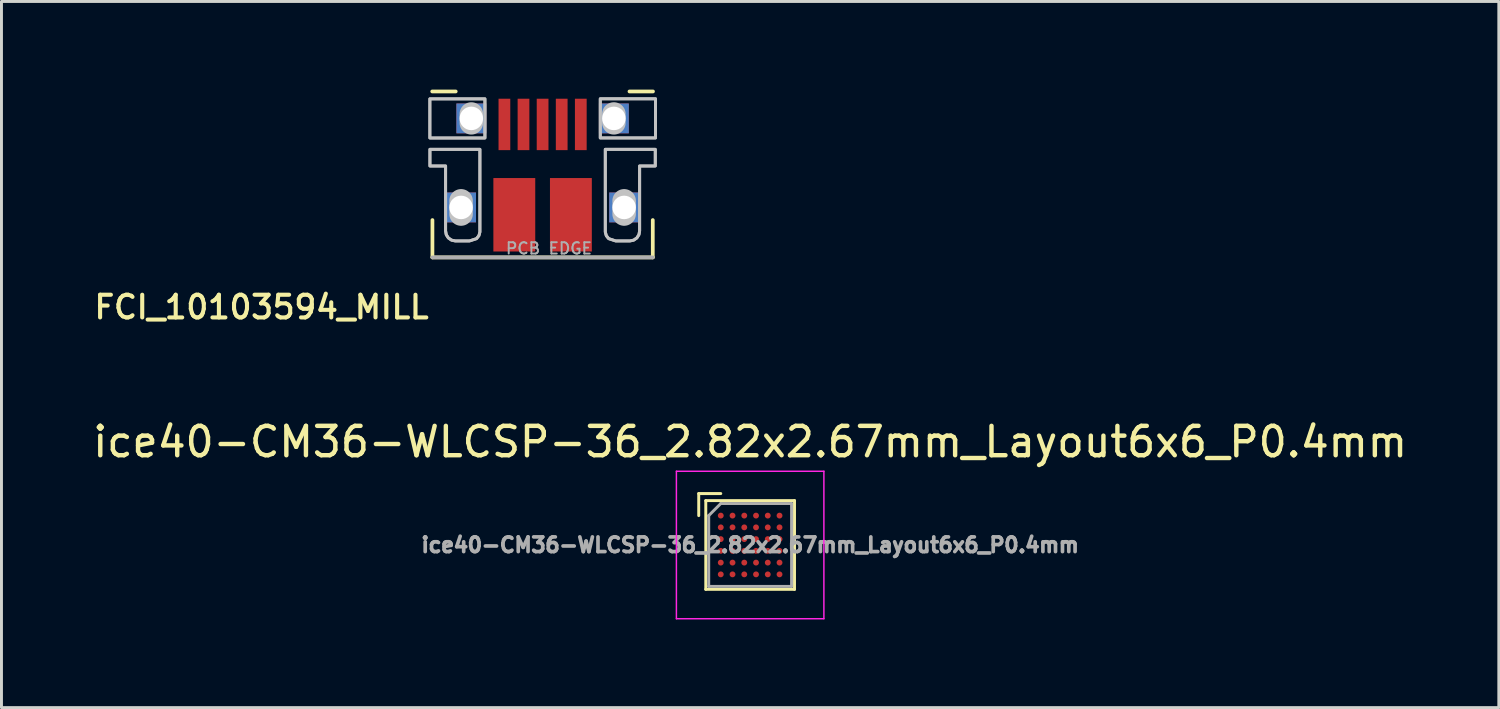
<source format=kicad_pcb>
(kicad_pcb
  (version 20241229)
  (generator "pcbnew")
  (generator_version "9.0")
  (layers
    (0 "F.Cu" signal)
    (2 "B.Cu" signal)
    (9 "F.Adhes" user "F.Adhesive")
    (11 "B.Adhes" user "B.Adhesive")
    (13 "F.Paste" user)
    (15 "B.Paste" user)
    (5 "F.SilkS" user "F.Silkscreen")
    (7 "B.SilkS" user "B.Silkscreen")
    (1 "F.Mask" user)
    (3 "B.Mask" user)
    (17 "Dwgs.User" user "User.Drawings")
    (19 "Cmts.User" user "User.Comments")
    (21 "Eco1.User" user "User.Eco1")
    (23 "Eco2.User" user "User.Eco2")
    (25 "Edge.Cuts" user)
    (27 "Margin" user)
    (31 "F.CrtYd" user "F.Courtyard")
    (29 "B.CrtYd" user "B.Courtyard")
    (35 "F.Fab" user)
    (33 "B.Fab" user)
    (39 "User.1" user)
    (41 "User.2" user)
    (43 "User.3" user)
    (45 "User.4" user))
  (footprint "ice40-CM36-WLCSP-36_2.82x2.67mm_Layout6x6_P0.4mm"
    (layer "F.Cu")
    (at 22.482 15.499)
    (property "Reference" "ice40-CM36-WLCSP-36_2.82x2.67mm_Layout6x6_P0.4mm" (at 0 -3.51 0) (layer "F.SilkS") (effects (font (size 1 1) (thickness 0.15))))
    (attr smd)
    (fp_line (start -1.75 -1) (end -1.75 -1.75) (stroke (width 0.1) (type solid)) (layer "F.SilkS"))
    (fp_line (start -1.51 -1.51) (end 1.51 -1.51) (stroke (width 0.1) (type solid)) (layer "F.SilkS"))
    (fp_line (start -1.51 1.51) (end -1.51 -1.51) (stroke (width 0.1) (type solid)) (layer "F.SilkS"))
    (fp_line (start -1.51 1.51) (end 1.51 1.51) (stroke (width 0.1) (type solid)) (layer "F.SilkS"))
    (fp_line (start -1 -1.75) (end -1.75 -1.75) (stroke (width 0.1) (type solid)) (layer "F.SilkS"))
    (fp_line (start 1.51 1.51) (end 1.51 -1.51) (stroke (width 0.1) (type solid)) (layer "F.SilkS"))
    (fp_line (start -2.51 -2.51) (end 2.51 -2.51) (stroke (width 0.05) (type solid)) (layer "F.CrtYd"))
    (fp_line (start -2.51 2.51) (end -2.51 -2.51) (stroke (width 0.05) (type solid)) (layer "F.CrtYd"))
    (fp_line (start -2.51 2.51) (end 2.51 2.51) (stroke (width 0.05) (type solid)) (layer "F.CrtYd"))
    (fp_line (start 2.51 2.51) (end 2.51 -2.51) (stroke (width 0.05) (type solid)) (layer "F.CrtYd"))
    (fp_line (start -1.41 -1) (end -1 -1.41) (stroke (width 0.1) (type solid)) (layer "F.Fab"))
    (fp_line (start -1.41 1.41) (end -1.41 -1) (stroke (width 0.1) (type solid)) (layer "F.Fab"))
    (fp_line (start -1.41 1.41) (end 1.41 1.41) (stroke (width 0.1) (type solid)) (layer "F.Fab"))
    (fp_line (start -1 -1.41) (end 1.41 -1.41) (stroke (width 0.1) (type solid)) (layer "F.Fab"))
    (fp_line (start 1.41 1.41) (end 1.41 -1.41) (stroke (width 0.1) (type solid)) (layer "F.Fab"))
    (fp_text user "${REFERENCE}" (at 0 0 0) (layer "F.Fab") (effects (font (size 0.5 0.5) (thickness 0.125))))
    (pad "A1" smd circle (at -1 -1) (size 0.2 0.2) (layers "F.Cu" "F.Mask" "F.Paste"))
    (pad "A2" smd circle (at -0.6 -1) (size 0.2 0.2) (layers "F.Cu" "F.Mask" "F.Paste"))
    (pad "A3" smd circle (at -0.2 -1) (size 0.2 0.2) (layers "F.Cu" "F.Mask" "F.Paste"))
    (pad "A4" smd circle (at 0.2 -1) (size 0.2 0.2) (layers "F.Cu" "F.Mask" "F.Paste"))
    (pad "A5" smd circle (at 0.6 -1) (size 0.2 0.2) (layers "F.Cu" "F.Mask" "F.Paste"))
    (pad "A6" smd circle (at 1 -1) (size 0.2 0.2) (layers "F.Cu" "F.Mask" "F.Paste"))
    (pad "B1" smd circle (at -1 -0.6) (size 0.2 0.2) (layers "F.Cu" "F.Mask" "F.Paste"))
    (pad "B2" smd circle (at -0.6 -0.6) (size 0.2 0.2) (layers "F.Cu" "F.Mask" "F.Paste"))
    (pad "B3" smd circle (at -0.2 -0.6) (size 0.2 0.2) (layers "F.Cu" "F.Mask" "F.Paste"))
    (pad "B4" smd circle (at 0.2 -0.6) (size 0.2 0.2) (layers "F.Cu" "F.Mask" "F.Paste"))
    (pad "B5" smd circle (at 0.6 -0.6) (size 0.2 0.2) (layers "F.Cu" "F.Mask" "F.Paste"))
    (pad "B6" smd circle (at 1 -0.6) (size 0.2 0.2) (layers "F.Cu" "F.Mask" "F.Paste"))
    (pad "C1" smd circle (at -1 -0.2) (size 0.2 0.2) (layers "F.Cu" "F.Mask" "F.Paste"))
    (pad "C2" smd circle (at -0.6 -0.2) (size 0.2 0.2) (layers "F.Cu" "F.Mask" "F.Paste"))
    (pad "C3" smd circle (at -0.2 -0.2) (size 0.2 0.2) (layers "F.Cu" "F.Mask" "F.Paste"))
    (pad "C4" smd circle (at 0.2 -0.2) (size 0.2 0.2) (layers "F.Cu" "F.Mask" "F.Paste"))
    (pad "C5" smd circle (at 0.6 -0.2) (size 0.2 0.2) (layers "F.Cu" "F.Mask" "F.Paste"))
    (pad "C6" smd circle (at 1 -0.2) (size 0.2 0.2) (layers "F.Cu" "F.Mask" "F.Paste"))
    (pad "D1" smd circle (at -1 0.2) (size 0.2 0.2) (layers "F.Cu" "F.Mask" "F.Paste"))
    (pad "D2" smd circle (at -0.6 0.2) (size 0.2 0.2) (layers "F.Cu" "F.Mask" "F.Paste"))
    (pad "D3" smd circle (at -0.2 0.2) (size 0.2 0.2) (layers "F.Cu" "F.Mask" "F.Paste"))
    (pad "D4" smd circle (at 0.2 0.2) (size 0.2 0.2) (layers "F.Cu" "F.Mask" "F.Paste"))
    (pad "D5" smd circle (at 0.6 0.2) (size 0.2 0.2) (layers "F.Cu" "F.Mask" "F.Paste"))
    (pad "D6" smd circle (at 1 0.2) (size 0.2 0.2) (layers "F.Cu" "F.Mask" "F.Paste"))
    (pad "E1" smd circle (at -1 0.6) (size 0.2 0.2) (layers "F.Cu" "F.Mask" "F.Paste"))
    (pad "E2" smd circle (at -0.6 0.6) (size 0.2 0.2) (layers "F.Cu" "F.Mask" "F.Paste"))
    (pad "E3" smd circle (at -0.2 0.6) (size 0.2 0.2) (layers "F.Cu" "F.Mask" "F.Paste"))
    (pad "E4" smd circle (at 0.2 0.6) (size 0.2 0.2) (layers "F.Cu" "F.Mask" "F.Paste"))
    (pad "E5" smd circle (at 0.6 0.6) (size 0.2 0.2) (layers "F.Cu" "F.Mask" "F.Paste"))
    (pad "E6" smd circle (at 1 0.6) (size 0.2 0.2) (layers "F.Cu" "F.Mask" "F.Paste"))
    (pad "F1" smd circle (at -1 1) (size 0.2 0.2) (layers "F.Cu" "F.Mask" "F.Paste"))
    (pad "F2" smd circle (at -0.6 1) (size 0.2 0.2) (layers "F.Cu" "F.Mask" "F.Paste"))
    (pad "F3" smd circle (at -0.2 1) (size 0.2 0.2) (layers "F.Cu" "F.Mask" "F.Paste"))
    (pad "F4" smd circle (at 0.2 1) (size 0.2 0.2) (layers "F.Cu" "F.Mask" "F.Paste"))
    (pad "F5" smd circle (at 0.6 1) (size 0.2 0.2) (layers "F.Cu" "F.Mask" "F.Paste"))
    (pad "F6" smd circle (at 1 1) (size 0.2 0.2) (layers "F.Cu" "F.Mask" "F.Paste")))
  (footprint "FCI_10103594_MILL"
    (layer "F.Cu")
    (at 15.418 5.71)
    (property "Reference" "FCI_10103594_MILL" (at -3.794 1.242 180) (layer "F.SilkS") (effects (font (size 0.772 0.772) (thickness 0.139)) (justify right top)))
    (attr through_hole)
    (fp_poly (pts (xy -4 -3.899) (xy -1.803 -3.899) (xy -1.803 -5.563) (xy -4 -5.563)) (stroke (width 0) (type solid)) (fill yes) (layer "F.Mask"))
    (fp_poly (pts (xy 1.803 -3.899) (xy 4 -3.899) (xy 4 -5.563) (xy 1.803 -5.563)) (stroke (width 0) (type solid)) (fill yes) (layer "F.Mask"))
    (fp_poly (pts (xy -1.956 -3.848) (xy -1.956 -0.876) (xy -1.982 -0.722) (xy -2.055 -0.583) (xy -2.168 -0.473) (xy -2.464 -0.381) (xy -2.972 -0.381) (xy -3.125 -0.405) (xy -3.263 -0.476) (xy -3.373 -0.585) (xy -3.467 -0.876) (xy -3.467 -2.946) (xy -4 -2.946) (xy -4 -3.848)) (stroke (width 0) (type solid)) (fill yes) (layer "F.Mask"))
    (fp_poly (pts (xy 1.956 -3.848) (xy 1.956 -0.876) (xy 1.982 -0.722) (xy 2.055 -0.583) (xy 2.168 -0.473) (xy 2.464 -0.381) (xy 2.972 -0.381) (xy 3.125 -0.405) (xy 3.263 -0.476) (xy 3.373 -0.585) (xy 3.467 -0.876) (xy 3.467 -2.946) (xy 4 -2.946) (xy 4 -3.848)) (stroke (width 0) (type solid)) (fill yes) (layer "F.Mask"))
    (fp_poly (pts (xy -4 -3.899) (xy -1.803 -3.899) (xy -1.803 -5.563) (xy -4 -5.563)) (stroke (width 0) (type solid)) (fill yes) (layer "B.Mask"))
    (fp_poly (pts (xy 1.803 -3.899) (xy 4 -3.899) (xy 4 -5.563) (xy 1.803 -5.563)) (stroke (width 0) (type solid)) (fill yes) (layer "B.Mask"))
    (fp_poly (pts (xy -1.956 -3.848) (xy -1.956 -0.876) (xy -1.982 -0.722) (xy -2.055 -0.583) (xy -2.168 -0.473) (xy -2.464 -0.381) (xy -2.972 -0.381) (xy -3.125 -0.405) (xy -3.263 -0.476) (xy -3.373 -0.585) (xy -3.467 -0.876) (xy -3.467 -2.946) (xy -4 -2.946) (xy -4 -3.848)) (stroke (width 0) (type solid)) (fill yes) (layer "B.Mask"))
    (fp_poly (pts (xy 1.956 -3.848) (xy 1.956 -0.876) (xy 1.982 -0.722) (xy 2.055 -0.583) (xy 2.168 -0.473) (xy 2.464 -0.381) (xy 2.972 -0.381) (xy 3.125 -0.405) (xy 3.263 -0.476) (xy 3.373 -0.585) (xy 3.467 -0.876) (xy 3.467 -2.946) (xy 4 -2.946) (xy 4 -3.848)) (stroke (width 0) (type solid)) (fill yes) (layer "B.Mask"))
    (fp_line (start -3.757 -5.647) (end -2.957 -5.647) (stroke (width 0.127) (type solid)) (layer "F.SilkS"))
    (fp_line (start -3.75 -1.27) (end -3.75 0) (stroke (width 0.127) (type solid)) (layer "F.SilkS"))
    (fp_line (start -3.75 0) (end 3.75 0) (stroke (width 0.127) (type solid)) (layer "F.SilkS"))
    (fp_line (start 2.957 -5.647) (end 3.757 -5.647) (stroke (width 0.127) (type solid)) (layer "F.SilkS"))
    (fp_line (start 3.75 0) (end 3.75 -1.27) (stroke (width 0.127) (type solid)) (layer "F.SilkS"))
    (fp_poly (pts (xy -3.873 -4.064) (xy -1.905 -4.064) (xy -1.905 -5.397) (xy -3.873 -5.397)) (stroke (width 0) (type solid)) (fill yes) (layer "F.Paste"))
    (fp_poly (pts (xy -3.873 -3.111) (xy -2.095 -3.111) (xy -2.095 -3.683) (xy -3.873 -3.683)) (stroke (width 0) (type solid)) (fill yes) (layer "F.Paste"))
    (fp_poly (pts (xy -3.365 -0.889) (xy -2.095 -0.889) (xy -2.095 -3.683) (xy -3.365 -3.683)) (stroke (width 0) (type solid)) (fill yes) (layer "F.Paste"))
    (fp_poly (pts (xy 1.905 -4.064) (xy 3.873 -4.064) (xy 3.873 -5.397) (xy 1.905 -5.397)) (stroke (width 0) (type solid)) (fill yes) (layer "F.Paste"))
    (fp_poly (pts (xy 2.095 -3.111) (xy 3.873 -3.111) (xy 3.873 -3.683) (xy 2.095 -3.683)) (stroke (width 0) (type solid)) (fill yes) (layer "F.Paste"))
    (fp_poly (pts (xy 2.095 -0.889) (xy 3.365 -0.889) (xy 3.365 -3.683) (xy 2.095 -3.683)) (stroke (width 0) (type solid)) (fill yes) (layer "F.Paste"))
    (fp_line (start -2.775 -1.925) (end -2.775 -1.475) (stroke (width 0.8) (type solid)) (layer "Dwgs.User"))
    (fp_line (start -2.426 -4.88) (end -2.426 -4.58) (stroke (width 0.8) (type solid)) (layer "Dwgs.User"))
    (fp_line (start 2.426 -4.88) (end 2.426 -4.58) (stroke (width 0.8) (type solid)) (layer "Dwgs.User"))
    (fp_line (start 2.775 -1.925) (end 2.775 -1.475) (stroke (width 0.8) (type solid)) (layer "Dwgs.User"))
    (fp_poly (pts (xy -3.837 -5.396) (xy -1.963 -5.396) (xy -1.963 -4.064) (xy -3.837 -4.064)) (stroke (width 0.1) (type solid)) (fill no) (layer "Dwgs.User"))
    (fp_poly (pts (xy -3.837 -5.396) (xy -1.963 -5.396) (xy -1.963 -4.064) (xy -3.837 -4.064)) (stroke (width 0.1) (type solid)) (fill no) (layer "Dwgs.User"))
    (fp_poly (pts (xy 3.843 -4.065) (xy 1.963 -4.065) (xy 1.963 -5.398) (xy 3.843 -5.398)) (stroke (width 0.1) (type solid)) (fill no) (layer "Dwgs.User"))
    (fp_poly (pts (xy 3.843 -4.065) (xy 1.963 -4.065) (xy 1.963 -5.398) (xy 3.843 -5.398)) (stroke (width 0.1) (type solid)) (fill no) (layer "Dwgs.User"))
    (fp_poly (pts (xy -2.134 -3.677) (xy -2.134 -0.864) (xy -2.168 -0.739) (xy -2.248 -0.638) (xy -2.489 -0.559) (xy -2.972 -0.559) (xy -3.1 -0.587) (xy -3.208 -0.662) (xy -3.279 -0.772) (xy -3.302 -0.902) (xy -3.302 -3.111) (xy -3.835 -3.111) (xy -3.835 -3.677)) (stroke (width 0.1) (type solid)) (fill no) (layer "Dwgs.User"))
    (fp_poly (pts (xy -2.134 -3.677) (xy -2.134 -0.864) (xy -2.168 -0.739) (xy -2.248 -0.638) (xy -2.489 -0.559) (xy -2.972 -0.559) (xy -3.1 -0.587) (xy -3.208 -0.662) (xy -3.279 -0.772) (xy -3.302 -0.902) (xy -3.302 -3.111) (xy -3.835 -3.111) (xy -3.835 -3.677)) (stroke (width 0.1) (type solid)) (fill no) (layer "Dwgs.User"))
    (fp_poly (pts (xy 2.134 -3.677) (xy 2.134 -0.864) (xy 2.168 -0.739) (xy 2.248 -0.638) (xy 2.489 -0.559) (xy 2.972 -0.559) (xy 3.1 -0.587) (xy 3.208 -0.662) (xy 3.279 -0.772) (xy 3.302 -0.902) (xy 3.302 -3.111) (xy 3.835 -3.111) (xy 3.835 -3.677)) (stroke (width 0.1) (type solid)) (fill no) (layer "Dwgs.User"))
    (fp_poly (pts (xy 2.134 -3.677) (xy 2.134 -0.864) (xy 2.168 -0.739) (xy 2.248 -0.638) (xy 2.489 -0.559) (xy 2.972 -0.559) (xy 3.1 -0.587) (xy 3.208 -0.662) (xy 3.279 -0.772) (xy 3.302 -0.902) (xy 3.302 -3.111) (xy 3.835 -3.111) (xy 3.835 -3.677)) (stroke (width 0.1) (type solid)) (fill no) (layer "Dwgs.User"))
    (fp_line (start -3.75 0) (end 3.75 0) (stroke (width 0.127) (type solid)) (layer "F.Fab"))
    (fp_text user "PCB EDGE" (at 0.216 -0.305 0) (layer "F.Fab") (effects (font (size 0.386 0.386) (thickness 0.065))))
    (pad "BASE@1" smd rect (at -0.963 -1.45 90) (size 2.5 1.425) (layers "F.Cu" "F.Mask" "F.Paste"))
    (pad "BASE@2" smd rect (at 0.963 -1.45 90) (size 2.5 1.425) (layers "F.Cu" "F.Mask" "F.Paste"))
    (pad "D+" smd rect (at 0 -4.525) (size 0.4 1.75) (layers "F.Cu" "F.Mask" "F.Paste"))
    (pad "D-" smd rect (at -0.65 -4.525) (size 0.4 1.75) (layers "F.Cu" "F.Mask" "F.Paste"))
    (pad "GND" smd rect (at 1.3 -4.525) (size 0.4 1.75) (layers "F.Cu" "F.Mask" "F.Paste"))
    (pad "ID" smd rect (at 0.65 -4.525) (size 0.4 1.75) (layers "F.Cu" "F.Mask" "F.Paste"))
    (pad "SPRT@1" thru_hole rect (at -2.775 -1.7) (size 1.016 1.016) (drill 0.8) (layers "*.Cu" "*.Mask"))
    (pad "SPRT@2" thru_hole rect (at 2.775 -1.7) (size 1.016 1.016) (drill 0.8) (layers "*.Cu" "*.Mask"))
    (pad "SPRT@3" thru_hole rect (at -2.426 -4.73) (size 1.016 1.016) (drill 0.8) (layers "*.Cu" "*.Mask"))
    (pad "SPRT@4" thru_hole rect (at 2.426 -4.73) (size 1.016 1.016) (drill 0.8) (layers "*.Cu" "*.Mask"))
    (pad "VBUS" smd rect (at -1.3 -4.525) (size 0.4 1.75) (layers "F.Cu" "F.Mask" "F.Paste")))
  (gr_rect
    (start -3 -3)
    (end 47.964 21.034)
    (stroke (width 0.1) (type default))
    (fill no)
    (layer "Edge.Cuts")))
</source>
